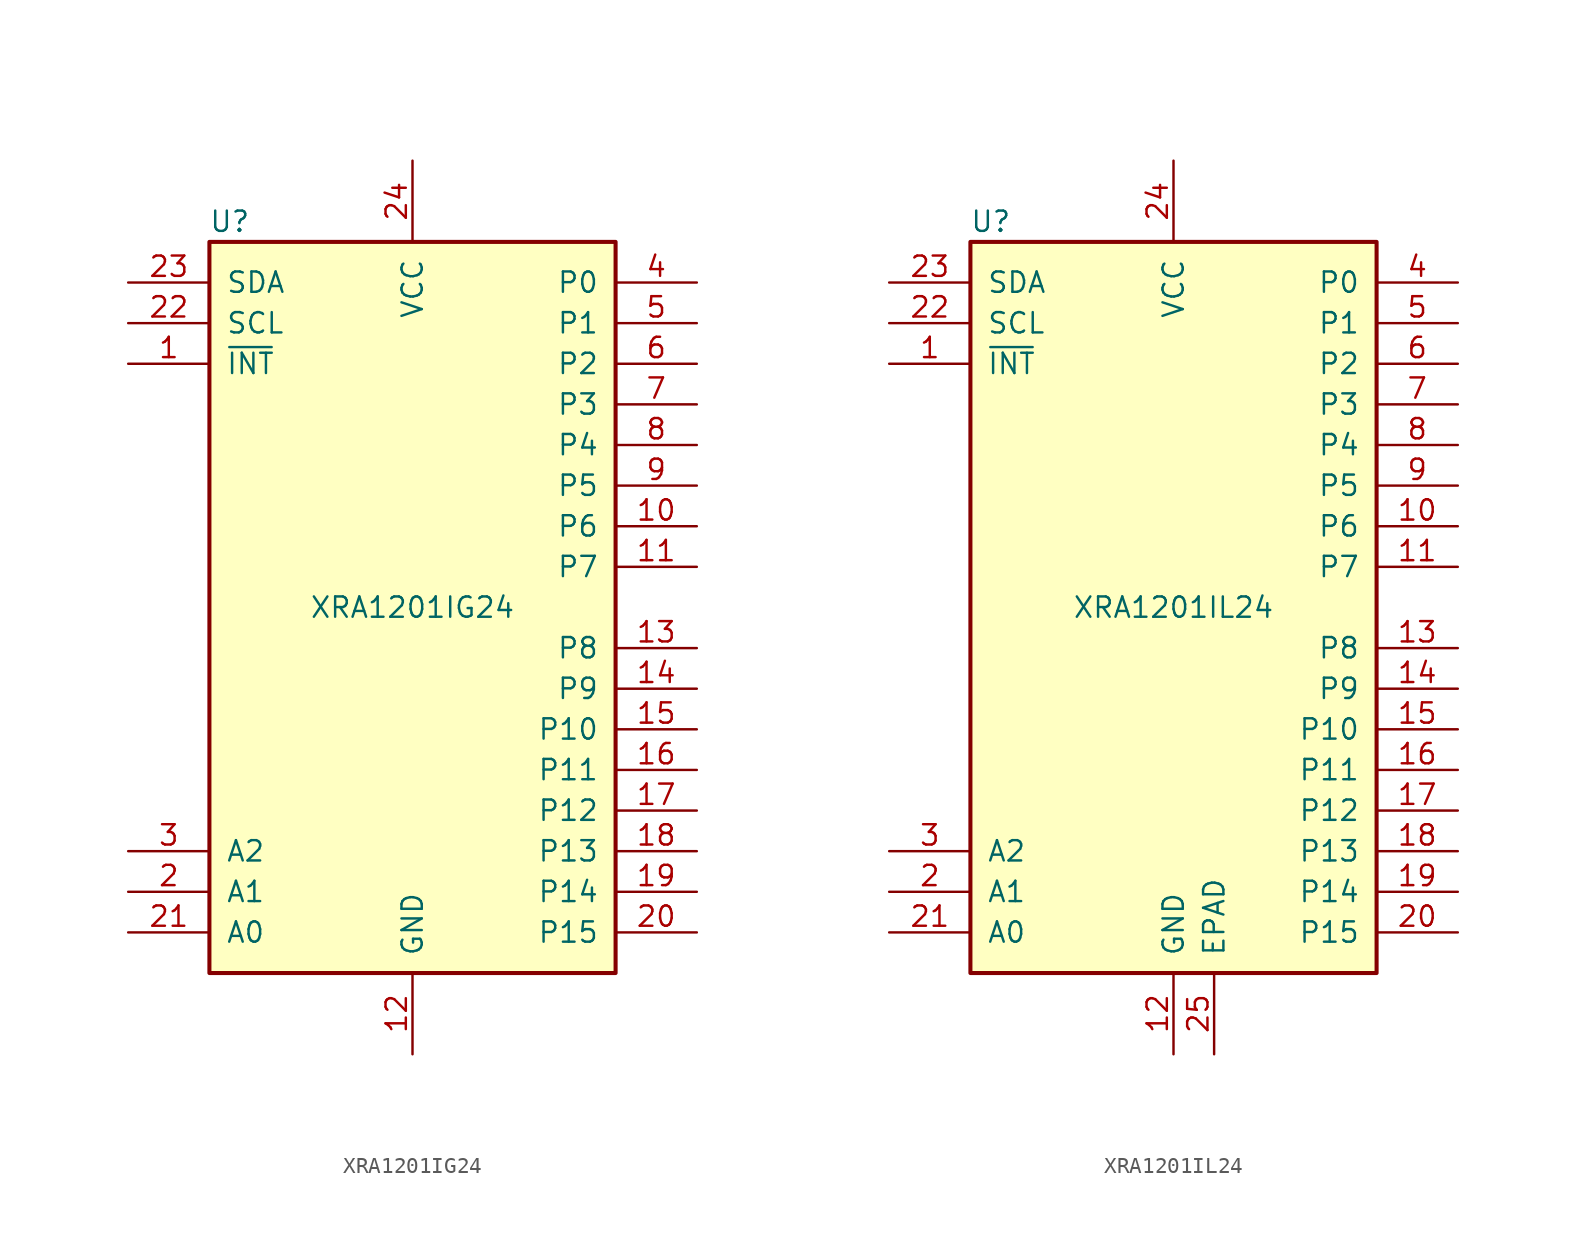
<source format=kicad_sym>
(kicad_symbol_lib
  (version 20231120)
  (generator "kicad_symbol_editor")
  (generator_version "8.0")
  (symbol "XRA1201IG24"
    (pin_names
      (offset 1.016))
    (property "Reference" "U"
      (at -11.43 24.13 0)
      (effects (font (size 1.27 1.27))))
    (property "Value" "XRA1201IG24"
      (at 0 0 0)
      (effects (font (size 1.27 1.27))))
    (symbol "XRA1201IG24_0_1"
      (rectangle (start -12.7 22.86) (end 12.7 -22.86) (stroke (width 0.254) (type default)) (fill (type background))))
    (symbol "XRA1201IG24_1_1"
      (pin open_collector line (at -17.78 15.24 0) (length 5.08) (name "~{INT}" (effects (font (size 1.27 1.27)))) (number "1" (effects (font (size 1.27 1.27)))) (alternate "~{IRQ}" open_collector line))
      (pin bidirectional line (at 17.78 5.08 180) (length 5.08) (name "P6" (effects (font (size 1.27 1.27)))) (number "10" (effects (font (size 1.27 1.27)))))
      (pin bidirectional line (at 17.78 2.54 180) (length 5.08) (name "P7" (effects (font (size 1.27 1.27)))) (number "11" (effects (font (size 1.27 1.27)))))
      (pin power_in line (at 0 -27.94 90) (length 5.08) (name "GND" (effects (font (size 1.27 1.27)))) (number "12" (effects (font (size 1.27 1.27)))))
      (pin bidirectional line (at 17.78 -2.54 180) (length 5.08) (name "P8" (effects (font (size 1.27 1.27)))) (number "13" (effects (font (size 1.27 1.27)))))
      (pin bidirectional line (at 17.78 -5.08 180) (length 5.08) (name "P9" (effects (font (size 1.27 1.27)))) (number "14" (effects (font (size 1.27 1.27)))))
      (pin bidirectional line (at 17.78 -7.62 180) (length 5.08) (name "P10" (effects (font (size 1.27 1.27)))) (number "15" (effects (font (size 1.27 1.27)))))
      (pin bidirectional line (at 17.78 -10.16 180) (length 5.08) (name "P11" (effects (font (size 1.27 1.27)))) (number "16" (effects (font (size 1.27 1.27)))))
      (pin bidirectional line (at 17.78 -12.7 180) (length 5.08) (name "P12" (effects (font (size 1.27 1.27)))) (number "17" (effects (font (size 1.27 1.27)))))
      (pin bidirectional line (at 17.78 -15.24 180) (length 5.08) (name "P13" (effects (font (size 1.27 1.27)))) (number "18" (effects (font (size 1.27 1.27)))))
      (pin bidirectional line (at 17.78 -17.78 180) (length 5.08) (name "P14" (effects (font (size 1.27 1.27)))) (number "19" (effects (font (size 1.27 1.27)))))
      (pin input line (at -17.78 -17.78 0) (length 5.08) (name "A1" (effects (font (size 1.27 1.27)))) (number "2" (effects (font (size 1.27 1.27)))))
      (pin bidirectional line (at 17.78 -20.32 180) (length 5.08) (name "P15" (effects (font (size 1.27 1.27)))) (number "20" (effects (font (size 1.27 1.27)))))
      (pin input line (at -17.78 -20.32 0) (length 5.08) (name "A0" (effects (font (size 1.27 1.27)))) (number "21" (effects (font (size 1.27 1.27)))))
      (pin input line (at -17.78 17.78 0) (length 5.08) (name "SCL" (effects (font (size 1.27 1.27)))) (number "22" (effects (font (size 1.27 1.27)))))
      (pin bidirectional line (at -17.78 20.32 0) (length 5.08) (name "SDA" (effects (font (size 1.27 1.27)))) (number "23" (effects (font (size 1.27 1.27)))))
      (pin power_in line (at 0 27.94 270) (length 5.08) (name "VCC" (effects (font (size 1.27 1.27)))) (number "24" (effects (font (size 1.27 1.27)))))
      (pin input line (at -17.78 -15.24 0) (length 5.08) (name "A2" (effects (font (size 1.27 1.27)))) (number "3" (effects (font (size 1.27 1.27)))))
      (pin bidirectional line (at 17.78 20.32 180) (length 5.08) (name "P0" (effects (font (size 1.27 1.27)))) (number "4" (effects (font (size 1.27 1.27)))))
      (pin bidirectional line (at 17.78 17.78 180) (length 5.08) (name "P1" (effects (font (size 1.27 1.27)))) (number "5" (effects (font (size 1.27 1.27)))))
      (pin bidirectional line (at 17.78 15.24 180) (length 5.08) (name "P2" (effects (font (size 1.27 1.27)))) (number "6" (effects (font (size 1.27 1.27)))))
      (pin bidirectional line (at 17.78 12.7 180) (length 5.08) (name "P3" (effects (font (size 1.27 1.27)))) (number "7" (effects (font (size 1.27 1.27)))))
      (pin bidirectional line (at 17.78 10.16 180) (length 5.08) (name "P4" (effects (font (size 1.27 1.27)))) (number "8" (effects (font (size 1.27 1.27)))))
      (pin bidirectional line (at 17.78 7.62 180) (length 5.08) (name "P5" (effects (font (size 1.27 1.27)))) (number "9" (effects (font (size 1.27 1.27)))))))
  (symbol "XRA1201IL24"
    (pin_names
      (offset 1.016))
    (property "Reference" "U"
      (at -11.43 24.13 0)
      (effects (font (size 1.27 1.27))))
    (property "Value" "XRA1201IL24"
      (at 0 0 0)
      (effects (font (size 1.27 1.27))))
    (symbol "XRA1201IL24_0_1"
      (rectangle (start -12.7 22.86) (end 12.7 -22.86) (stroke (width 0.254) (type default)) (fill (type background))))
    (symbol "XRA1201IL24_1_1"
      (pin open_collector line (at -17.78 15.24 0) (length 5.08) (name "~{INT}" (effects (font (size 1.27 1.27)))) (number "1" (effects (font (size 1.27 1.27)))) (alternate "~{IRQ}" open_collector line))
      (pin bidirectional line (at 17.78 5.08 180) (length 5.08) (name "P6" (effects (font (size 1.27 1.27)))) (number "10" (effects (font (size 1.27 1.27)))))
      (pin bidirectional line (at 17.78 2.54 180) (length 5.08) (name "P7" (effects (font (size 1.27 1.27)))) (number "11" (effects (font (size 1.27 1.27)))))
      (pin power_in line (at 0 -27.94 90) (length 5.08) (name "GND" (effects (font (size 1.27 1.27)))) (number "12" (effects (font (size 1.27 1.27)))))
      (pin bidirectional line (at 17.78 -2.54 180) (length 5.08) (name "P8" (effects (font (size 1.27 1.27)))) (number "13" (effects (font (size 1.27 1.27)))))
      (pin bidirectional line (at 17.78 -5.08 180) (length 5.08) (name "P9" (effects (font (size 1.27 1.27)))) (number "14" (effects (font (size 1.27 1.27)))))
      (pin bidirectional line (at 17.78 -7.62 180) (length 5.08) (name "P10" (effects (font (size 1.27 1.27)))) (number "15" (effects (font (size 1.27 1.27)))))
      (pin bidirectional line (at 17.78 -10.16 180) (length 5.08) (name "P11" (effects (font (size 1.27 1.27)))) (number "16" (effects (font (size 1.27 1.27)))))
      (pin bidirectional line (at 17.78 -12.7 180) (length 5.08) (name "P12" (effects (font (size 1.27 1.27)))) (number "17" (effects (font (size 1.27 1.27)))))
      (pin bidirectional line (at 17.78 -15.24 180) (length 5.08) (name "P13" (effects (font (size 1.27 1.27)))) (number "18" (effects (font (size 1.27 1.27)))))
      (pin bidirectional line (at 17.78 -17.78 180) (length 5.08) (name "P14" (effects (font (size 1.27 1.27)))) (number "19" (effects (font (size 1.27 1.27)))))
      (pin input line (at -17.78 -17.78 0) (length 5.08) (name "A1" (effects (font (size 1.27 1.27)))) (number "2" (effects (font (size 1.27 1.27)))))
      (pin bidirectional line (at 17.78 -20.32 180) (length 5.08) (name "P15" (effects (font (size 1.27 1.27)))) (number "20" (effects (font (size 1.27 1.27)))))
      (pin input line (at -17.78 -20.32 0) (length 5.08) (name "A0" (effects (font (size 1.27 1.27)))) (number "21" (effects (font (size 1.27 1.27)))))
      (pin input line (at -17.78 17.78 0) (length 5.08) (name "SCL" (effects (font (size 1.27 1.27)))) (number "22" (effects (font (size 1.27 1.27)))))
      (pin bidirectional line (at -17.78 20.32 0) (length 5.08) (name "SDA" (effects (font (size 1.27 1.27)))) (number "23" (effects (font (size 1.27 1.27)))))
      (pin power_in line (at 0 27.94 270) (length 5.08) (name "VCC" (effects (font (size 1.27 1.27)))) (number "24" (effects (font (size 1.27 1.27)))))
      (pin power_in line (at 2.54 -27.94 90) (length 5.08) (name "EPAD" (effects (font (size 1.27 1.27)))) (number "25" (effects (font (size 1.27 1.27)))))
      (pin input line (at -17.78 -15.24 0) (length 5.08) (name "A2" (effects (font (size 1.27 1.27)))) (number "3" (effects (font (size 1.27 1.27)))))
      (pin bidirectional line (at 17.78 20.32 180) (length 5.08) (name "P0" (effects (font (size 1.27 1.27)))) (number "4" (effects (font (size 1.27 1.27)))))
      (pin bidirectional line (at 17.78 17.78 180) (length 5.08) (name "P1" (effects (font (size 1.27 1.27)))) (number "5" (effects (font (size 1.27 1.27)))))
      (pin bidirectional line (at 17.78 15.24 180) (length 5.08) (name "P2" (effects (font (size 1.27 1.27)))) (number "6" (effects (font (size 1.27 1.27)))))
      (pin bidirectional line (at 17.78 12.7 180) (length 5.08) (name "P3" (effects (font (size 1.27 1.27)))) (number "7" (effects (font (size 1.27 1.27)))))
      (pin bidirectional line (at 17.78 10.16 180) (length 5.08) (name "P4" (effects (font (size 1.27 1.27)))) (number "8" (effects (font (size 1.27 1.27)))))
      (pin bidirectional line (at 17.78 7.62 180) (length 5.08) (name "P5" (effects (font (size 1.27 1.27)))) (number "9" (effects (font (size 1.27 1.27))))))))
</source>
